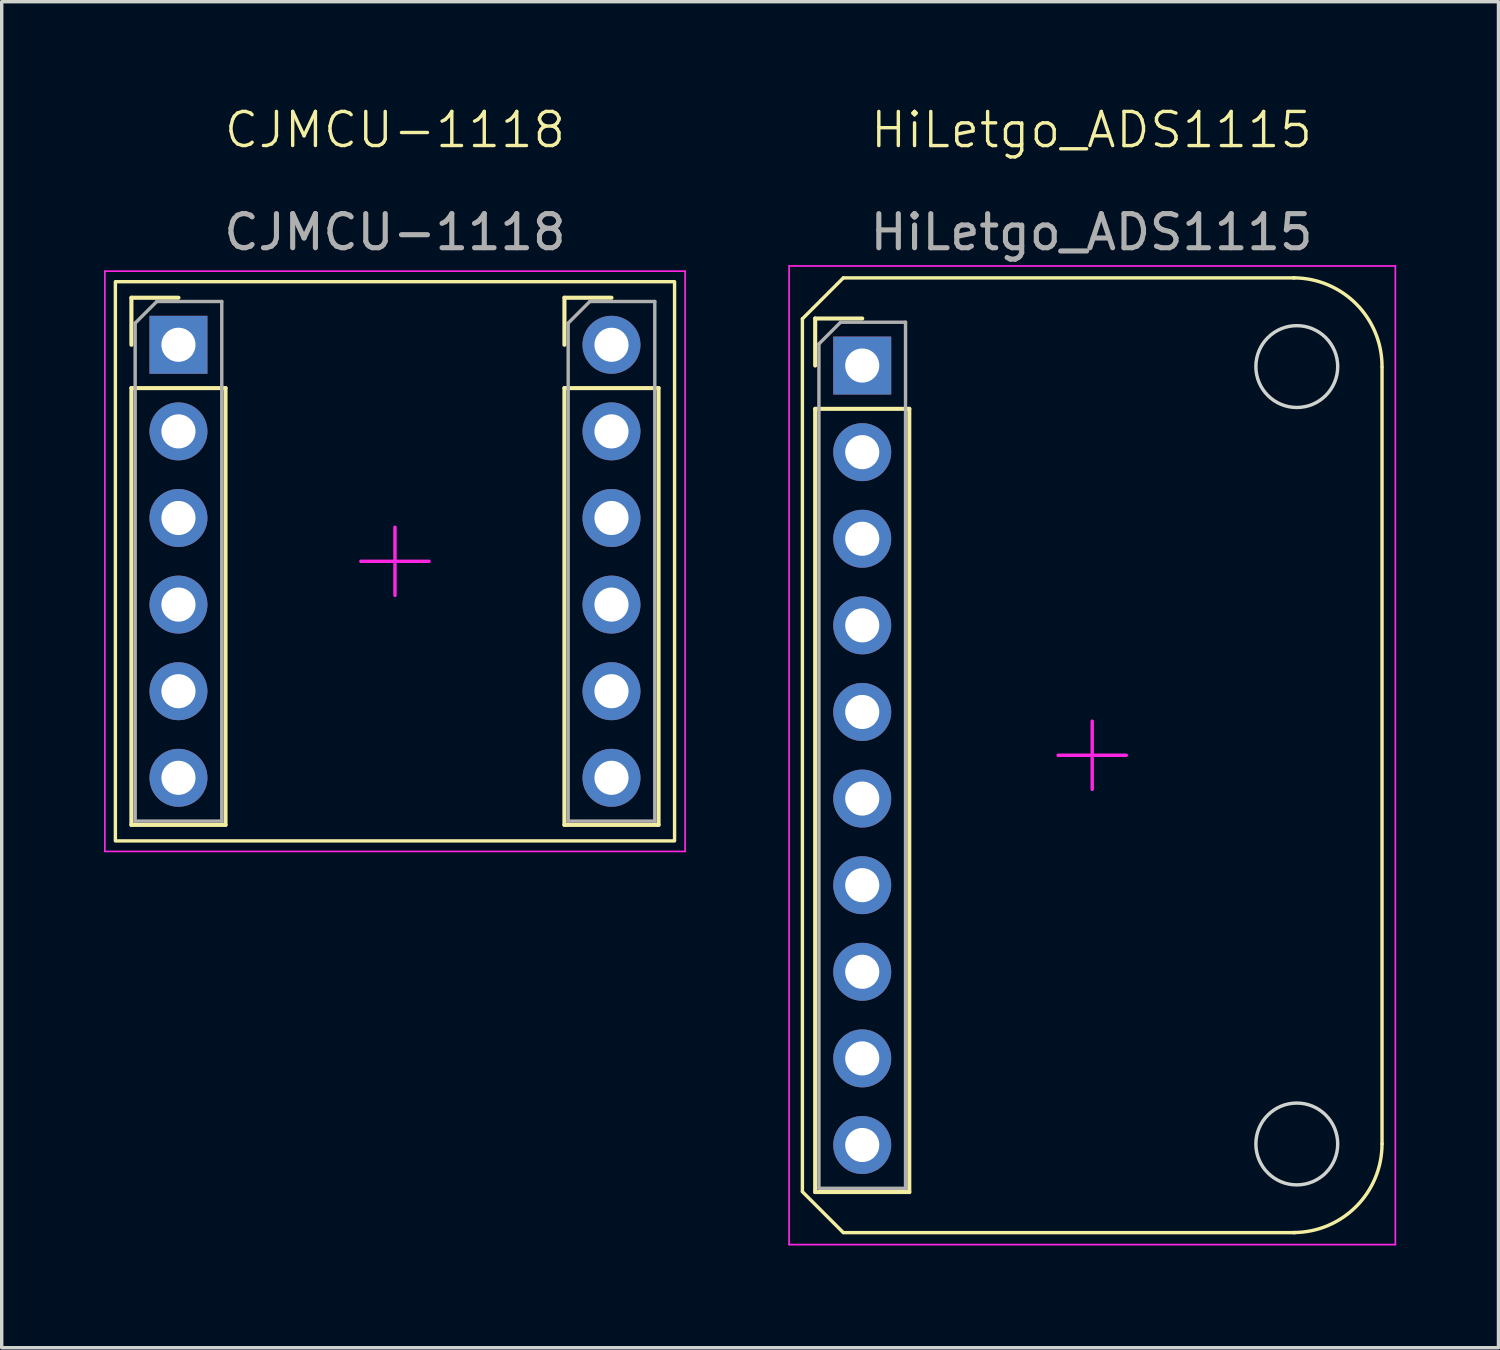
<source format=kicad_pcb>
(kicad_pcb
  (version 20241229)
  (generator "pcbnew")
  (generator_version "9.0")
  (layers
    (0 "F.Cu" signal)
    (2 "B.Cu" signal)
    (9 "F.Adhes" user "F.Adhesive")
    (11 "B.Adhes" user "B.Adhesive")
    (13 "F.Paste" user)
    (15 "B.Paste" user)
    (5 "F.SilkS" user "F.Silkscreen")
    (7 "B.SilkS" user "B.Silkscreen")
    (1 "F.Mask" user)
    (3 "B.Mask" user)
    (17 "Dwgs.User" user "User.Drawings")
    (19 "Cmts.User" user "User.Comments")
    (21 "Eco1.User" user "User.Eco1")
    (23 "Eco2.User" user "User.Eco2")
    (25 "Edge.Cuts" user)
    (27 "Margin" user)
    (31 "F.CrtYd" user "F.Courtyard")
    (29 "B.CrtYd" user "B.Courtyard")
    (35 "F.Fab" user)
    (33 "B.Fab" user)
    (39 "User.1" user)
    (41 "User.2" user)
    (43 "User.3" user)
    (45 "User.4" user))
  (footprint "HiLetgo_ADS1115"
    (layer "F.Cu")
    (at 28.983 19.101)
    (property "Reference" "HiLetgo_ADS1115" (at -0.02 -18.34 0) (unlocked yes) (layer "F.SilkS") (effects (font (size 1 1) (thickness 0.1))))
    (attr smd)
    (fp_line (start -8.5 -12.802) (end -8.5 12.788) (stroke (width 0.1) (type solid)) (layer "F.SilkS"))
    (fp_line (start -8.5 -12.8) (end -7.3 -14) (stroke (width 0.1) (type default)) (layer "F.SilkS"))
    (fp_line (start -8.5 12.8) (end -7.3 14) (stroke (width 0.1) (type default)) (layer "F.SilkS"))
    (fp_line (start -8.125 -12.81) (end -6.745 -12.81) (stroke (width 0.12) (type solid)) (layer "F.SilkS"))
    (fp_line (start -8.125 -11.43) (end -8.125 -12.81) (stroke (width 0.12) (type solid)) (layer "F.SilkS"))
    (fp_line (start -8.125 -10.16) (end -8.125 12.81) (stroke (width 0.12) (type solid)) (layer "F.SilkS"))
    (fp_line (start -8.125 -10.16) (end -5.365 -10.16) (stroke (width 0.12) (type solid)) (layer "F.SilkS"))
    (fp_line (start -8.125 12.81) (end -5.365 12.81) (stroke (width 0.12) (type solid)) (layer "F.SilkS"))
    (fp_line (start -7.3 -14) (end 5.93 -14) (stroke (width 0.1) (type solid)) (layer "F.SilkS"))
    (fp_line (start -7.28 14) (end 5.95 14) (stroke (width 0.1) (type solid)) (layer "F.SilkS"))
    (fp_line (start -5.365 -10.16) (end -5.365 12.81) (stroke (width 0.12) (type solid)) (layer "F.SilkS"))
    (fp_line (start 8.5 -11.382) (end 8.5 11.398) (stroke (width 0.1) (type solid)) (layer "F.SilkS"))
    (fp_arc (start 5.9 -14.001999) (mid 7.738478 -13.240477) (end 8.5 -11.401999) (stroke (width 0.1) (type default)) (layer "F.SilkS"))
    (fp_arc (start 8.5 11.398) (mid 7.738478 13.236478) (end 5.9 13.998) (stroke (width 0.1) (type default)) (layer "F.SilkS"))
    (fp_circle (center 6 -11.4) (end 7.2 -11.4) (stroke (width 0.1) (type solid)) (fill no) (layer "Edge.Cuts"))
    (fp_circle (center 6 11.4) (end 7.2 11.4) (stroke (width 0.1) (type solid)) (fill no) (layer "Edge.Cuts"))
    (fp_line (start -8.89 -14.351) (end -8.89 14.351) (stroke (width 0.05) (type solid)) (layer "F.CrtYd"))
    (fp_line (start -8.89 14.351) (end 8.89 14.351) (stroke (width 0.05) (type solid)) (layer "F.CrtYd"))
    (fp_line (start 0 0) (end -1 0) (stroke (width 0.1) (type solid)) (layer "F.CrtYd"))
    (fp_line (start 0 0) (end 0 -1) (stroke (width 0.1) (type solid)) (layer "F.CrtYd"))
    (fp_line (start 0 0) (end 0 1) (stroke (width 0.1) (type solid)) (layer "F.CrtYd"))
    (fp_line (start 0 0) (end 1 0) (stroke (width 0.1) (type solid)) (layer "F.CrtYd"))
    (fp_line (start 8.89 -14.351) (end -8.89 -14.351) (stroke (width 0.05) (type solid)) (layer "F.CrtYd"))
    (fp_line (start 8.89 14.351) (end 8.89 -14.351) (stroke (width 0.05) (type solid)) (layer "F.CrtYd"))
    (fp_line (start -8.015 -12.065) (end -7.38 -12.7) (stroke (width 0.1) (type solid)) (layer "F.Fab"))
    (fp_line (start -8.015 12.7) (end -8.015 -12.065) (stroke (width 0.1) (type solid)) (layer "F.Fab"))
    (fp_line (start -7.38 -12.7) (end -5.475 -12.7) (stroke (width 0.1) (type solid)) (layer "F.Fab"))
    (fp_line (start -5.475 -12.7) (end -5.475 12.7) (stroke (width 0.1) (type solid)) (layer "F.Fab"))
    (fp_line (start -5.475 12.7) (end -8.015 12.7) (stroke (width 0.1) (type solid)) (layer "F.Fab"))
    (fp_text user "${REFERENCE}" (at -0.02 -15.34 0) (unlocked yes) (layer "F.Fab") (effects (font (size 1 1) (thickness 0.15))))
    (pad "1" thru_hole rect (at -6.745 -11.43) (size 1.7 1.7) (drill 1) (layers "*.Cu" "*.Mask"))
    (pad "2" thru_hole circle (at -6.745 -8.89) (size 1.7 1.7) (drill 1) (layers "*.Cu" "*.Mask"))
    (pad "3" thru_hole circle (at -6.745 -6.35) (size 1.7 1.7) (drill 1) (layers "*.Cu" "*.Mask"))
    (pad "4" thru_hole circle (at -6.745 -3.81) (size 1.7 1.7) (drill 1) (layers "*.Cu" "*.Mask"))
    (pad "5" thru_hole circle (at -6.745 -1.27) (size 1.7 1.7) (drill 1) (layers "*.Cu" "*.Mask"))
    (pad "6" thru_hole circle (at -6.745 1.27) (size 1.7 1.7) (drill 1) (layers "*.Cu" "*.Mask"))
    (pad "7" thru_hole circle (at -6.745 3.81) (size 1.7 1.7) (drill 1) (layers "*.Cu" "*.Mask"))
    (pad "8" thru_hole circle (at -6.745 6.35) (size 1.7 1.7) (drill 1) (layers "*.Cu" "*.Mask"))
    (pad "9" thru_hole circle (at -6.745 8.89) (size 1.7 1.7) (drill 1) (layers "*.Cu" "*.Mask"))
    (pad "10" thru_hole circle (at -6.745 11.43) (size 1.7 1.7) (drill 1) (layers "*.Cu" "*.Mask")))
  (footprint "CJMCU-1118"
    (layer "F.Cu")
    (at 8.534 13.412)
    (property "Reference" "CJMCU-1118" (at 0 -12.652 0) (unlocked yes) (layer "F.SilkS") (effects (font (size 1 1) (thickness 0.1))))
    (attr smd)
    (fp_line (start -7.73 -7.73) (end -6.35 -7.73) (stroke (width 0.12) (type solid)) (layer "F.SilkS"))
    (fp_line (start -7.73 -6.35) (end -7.73 -7.73) (stroke (width 0.12) (type solid)) (layer "F.SilkS"))
    (fp_line (start -7.73 -5.08) (end -7.73 7.73) (stroke (width 0.12) (type solid)) (layer "F.SilkS"))
    (fp_line (start -7.73 -5.08) (end -4.97 -5.08) (stroke (width 0.12) (type solid)) (layer "F.SilkS"))
    (fp_line (start -7.73 7.73) (end -4.97 7.73) (stroke (width 0.12) (type solid)) (layer "F.SilkS"))
    (fp_line (start -4.97 -5.08) (end -4.97 7.73) (stroke (width 0.12) (type solid)) (layer "F.SilkS"))
    (fp_line (start 4.97 -7.73) (end 6.35 -7.73) (stroke (width 0.12) (type solid)) (layer "F.SilkS"))
    (fp_line (start 4.97 -6.35) (end 4.97 -7.73) (stroke (width 0.12) (type solid)) (layer "F.SilkS"))
    (fp_line (start 4.97 -5.08) (end 4.97 7.73) (stroke (width 0.12) (type solid)) (layer "F.SilkS"))
    (fp_line (start 4.97 -5.08) (end 7.73 -5.08) (stroke (width 0.12) (type solid)) (layer "F.SilkS"))
    (fp_line (start 4.97 7.73) (end 7.73 7.73) (stroke (width 0.12) (type solid)) (layer "F.SilkS"))
    (fp_line (start 7.73 -5.08) (end 7.73 7.73) (stroke (width 0.12) (type solid)) (layer "F.SilkS"))
    (fp_rect (start -8.2 -8.2) (end 8.2 8.2) (stroke (width 0.1) (type solid)) (fill no) (layer "F.SilkS"))
    (fp_line (start -8.509 -8.509) (end -8.509 8.509) (stroke (width 0.05) (type solid)) (layer "F.CrtYd"))
    (fp_line (start -8.509 8.509) (end 8.509 8.509) (stroke (width 0.05) (type solid)) (layer "F.CrtYd"))
    (fp_line (start 0 0) (end -1 0) (stroke (width 0.1) (type solid)) (layer "F.CrtYd"))
    (fp_line (start 0 0) (end 0 -1) (stroke (width 0.1) (type solid)) (layer "F.CrtYd"))
    (fp_line (start 0 0) (end 0 1) (stroke (width 0.1) (type solid)) (layer "F.CrtYd"))
    (fp_line (start 0 0) (end 1 0) (stroke (width 0.1) (type solid)) (layer "F.CrtYd"))
    (fp_line (start 8.509 -8.509) (end -8.509 -8.509) (stroke (width 0.05) (type solid)) (layer "F.CrtYd"))
    (fp_line (start 8.509 8.509) (end 8.509 -8.509) (stroke (width 0.05) (type solid)) (layer "F.CrtYd"))
    (fp_line (start -7.62 -6.985) (end -6.985 -7.62) (stroke (width 0.1) (type solid)) (layer "F.Fab"))
    (fp_line (start -7.62 7.62) (end -7.62 -6.985) (stroke (width 0.1) (type solid)) (layer "F.Fab"))
    (fp_line (start -6.985 -7.62) (end -5.08 -7.62) (stroke (width 0.1) (type solid)) (layer "F.Fab"))
    (fp_line (start -5.08 -7.62) (end -5.08 7.62) (stroke (width 0.1) (type solid)) (layer "F.Fab"))
    (fp_line (start -5.08 7.62) (end -7.62 7.62) (stroke (width 0.1) (type solid)) (layer "F.Fab"))
    (fp_line (start 5.08 -6.985) (end 5.715 -7.62) (stroke (width 0.1) (type solid)) (layer "F.Fab"))
    (fp_line (start 5.08 7.62) (end 5.08 -6.985) (stroke (width 0.1) (type solid)) (layer "F.Fab"))
    (fp_line (start 5.715 -7.62) (end 7.62 -7.62) (stroke (width 0.1) (type solid)) (layer "F.Fab"))
    (fp_line (start 7.62 -7.62) (end 7.62 7.62) (stroke (width 0.1) (type solid)) (layer "F.Fab"))
    (fp_line (start 7.62 7.62) (end 5.08 7.62) (stroke (width 0.1) (type solid)) (layer "F.Fab"))
    (fp_text user "${REFERENCE}" (at 0 -9.652 0) (unlocked yes) (layer "F.Fab") (effects (font (size 1 1) (thickness 0.15))))
    (pad "1" thru_hole rect (at -6.35 -6.35) (size 1.7 1.7) (drill 1) (layers "*.Cu" "*.Mask"))
    (pad "2" thru_hole circle (at -6.35 -3.81) (size 1.7 1.7) (drill 1) (layers "*.Cu" "*.Mask"))
    (pad "3" thru_hole circle (at -6.35 -1.27) (size 1.7 1.7) (drill 1) (layers "*.Cu" "*.Mask"))
    (pad "4" thru_hole circle (at -6.35 1.27) (size 1.7 1.7) (drill 1) (layers "*.Cu" "*.Mask"))
    (pad "5" thru_hole circle (at -6.35 3.81) (size 1.7 1.7) (drill 1) (layers "*.Cu" "*.Mask"))
    (pad "6" thru_hole circle (at -6.35 6.35) (size 1.7 1.7) (drill 1) (layers "*.Cu" "*.Mask"))
    (pad "7" thru_hole circle (at 6.35 6.35) (size 1.7 1.7) (drill 1) (layers "*.Cu" "*.Mask"))
    (pad "8" thru_hole circle (at 6.35 3.81) (size 1.7 1.7) (drill 1) (layers "*.Cu" "*.Mask"))
    (pad "9" thru_hole circle (at 6.35 1.27) (size 1.7 1.7) (drill 1) (layers "*.Cu" "*.Mask"))
    (pad "10" thru_hole circle (at 6.35 -1.27) (size 1.7 1.7) (drill 1) (layers "*.Cu" "*.Mask"))
    (pad "11" thru_hole circle (at 6.35 -3.81) (size 1.7 1.7) (drill 1) (layers "*.Cu" "*.Mask"))
    (pad "12" thru_hole circle (at 6.35 -6.35) (size 1.7 1.7) (drill 1) (layers "*.Cu" "*.Mask")))
  (gr_rect
    (start -3 -3)
    (end 40.898 36.477)
    (stroke (width 0.1) (type default))
    (fill no)
    (layer "Edge.Cuts")))
</source>
